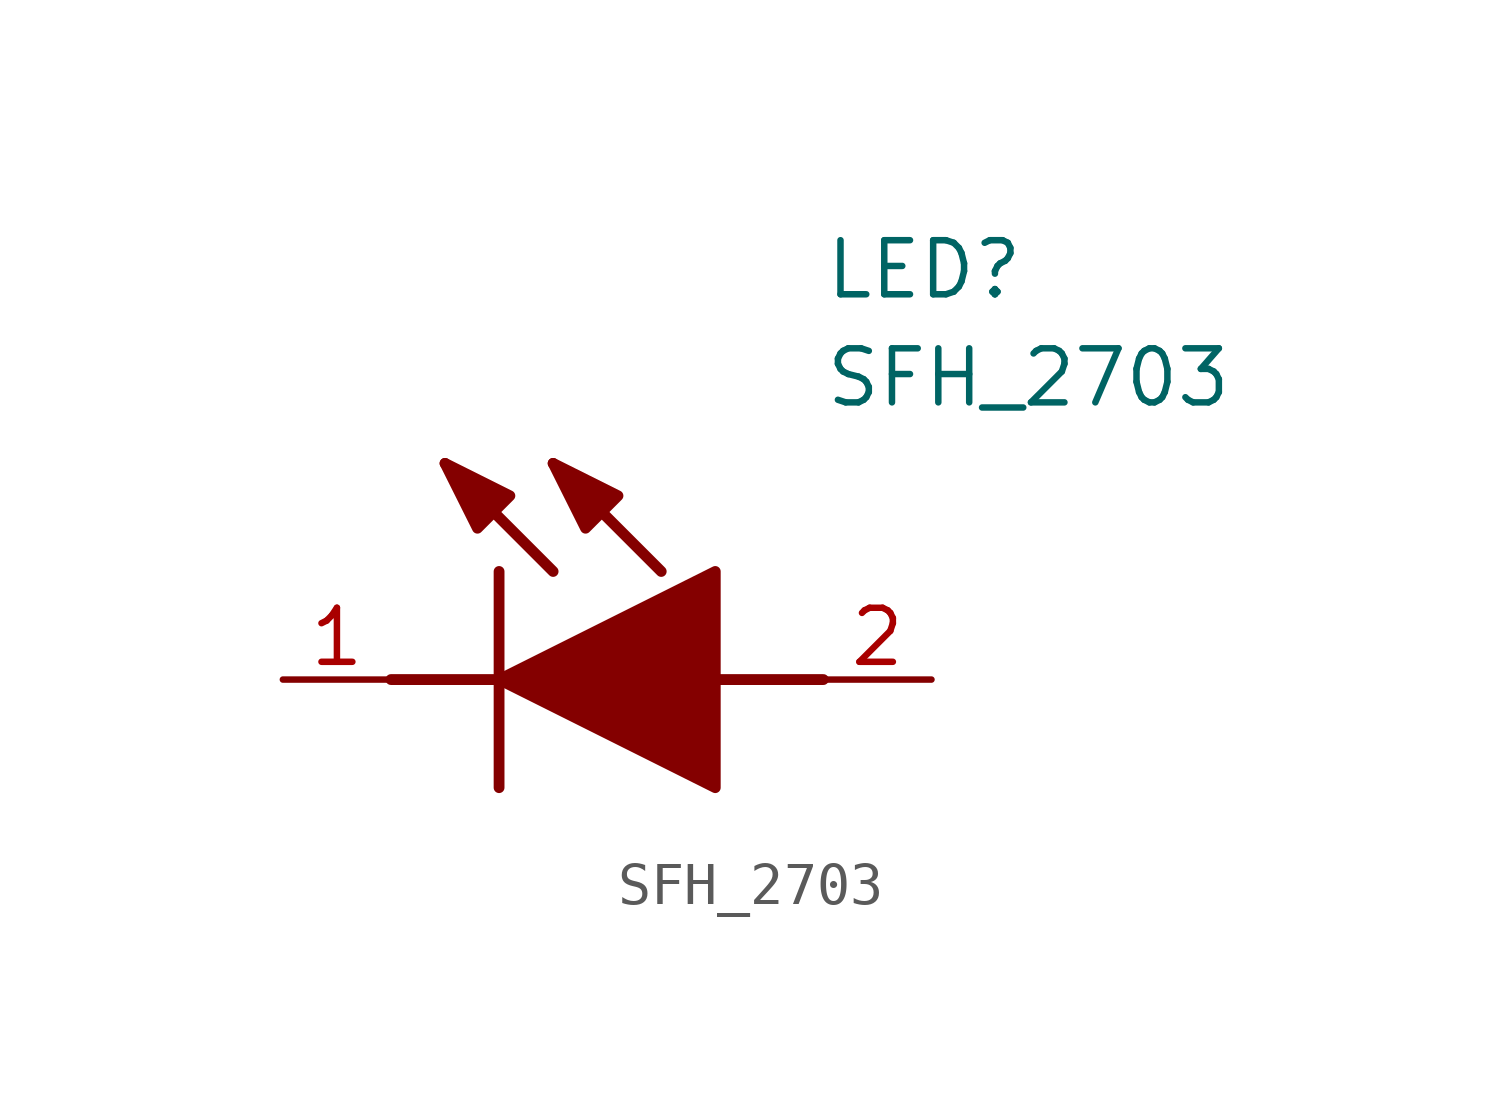
<source format=kicad_sym>
(kicad_symbol_lib
  (version 20211014)
  (generator SamacSys_ECAD_Model)
  (symbol "SFH_2703"
    (pin_names hide)
    (property "Reference" "LED"
      (at 12.7 8.89 0)
      (effects (font (size 1.27 1.27)) (justify left bottom)))
    (property "Value" "SFH_2703"
      (at 12.7 6.35 0)
      (effects (font (size 1.27 1.27)) (justify left bottom)))
    (polyline
      (pts (xy 5.08 2.54) (xy 5.08 -2.54))
      (stroke (width 0.254) (type default))
      (fill (type none)))
    (polyline
      (pts (xy 6.35 2.54) (xy 3.81 5.08))
      (stroke (width 0.254) (type default))
      (fill (type none)))
    (polyline
      (pts (xy 8.89 2.54) (xy 6.35 5.08))
      (stroke (width 0.254) (type default))
      (fill (type none)))
    (polyline
      (pts (xy 2.54 0) (xy 5.08 0))
      (stroke (width 0.254) (type default))
      (fill (type none)))
    (polyline
      (pts (xy 10.16 0) (xy 12.7 0))
      (stroke (width 0.254) (type default))
      (fill (type none)))
    (polyline
      (pts (xy 5.08 0) (xy 10.16 2.54) (xy 10.16 -2.54) (xy 5.08 0))
      (stroke (width 0.254) (type default))
      (fill (type outline)))
    (polyline
      (pts (xy 5.334 4.318) (xy 4.572 3.556) (xy 3.81 5.08) (xy 5.334 4.318))
      (stroke (width 0.254) (type default))
      (fill (type outline)))
    (polyline
      (pts (xy 7.874 4.318) (xy 7.112 3.556) (xy 6.35 5.08) (xy 7.874 4.318))
      (stroke (width 0.254) (type default))
      (fill (type outline)))
    (pin passive line
      (at 0 0 0)
      (length 2.54)
      (name "K" (effects (font (size 1.27 1.27))))
      (number "1" (effects (font (size 1.27 1.27)))))
    (pin passive line
      (at 15.24 0 180)
      (length 2.54)
      (name "A" (effects (font (size 1.27 1.27))))
      (number "2" (effects (font (size 1.27 1.27)))))))
</source>
